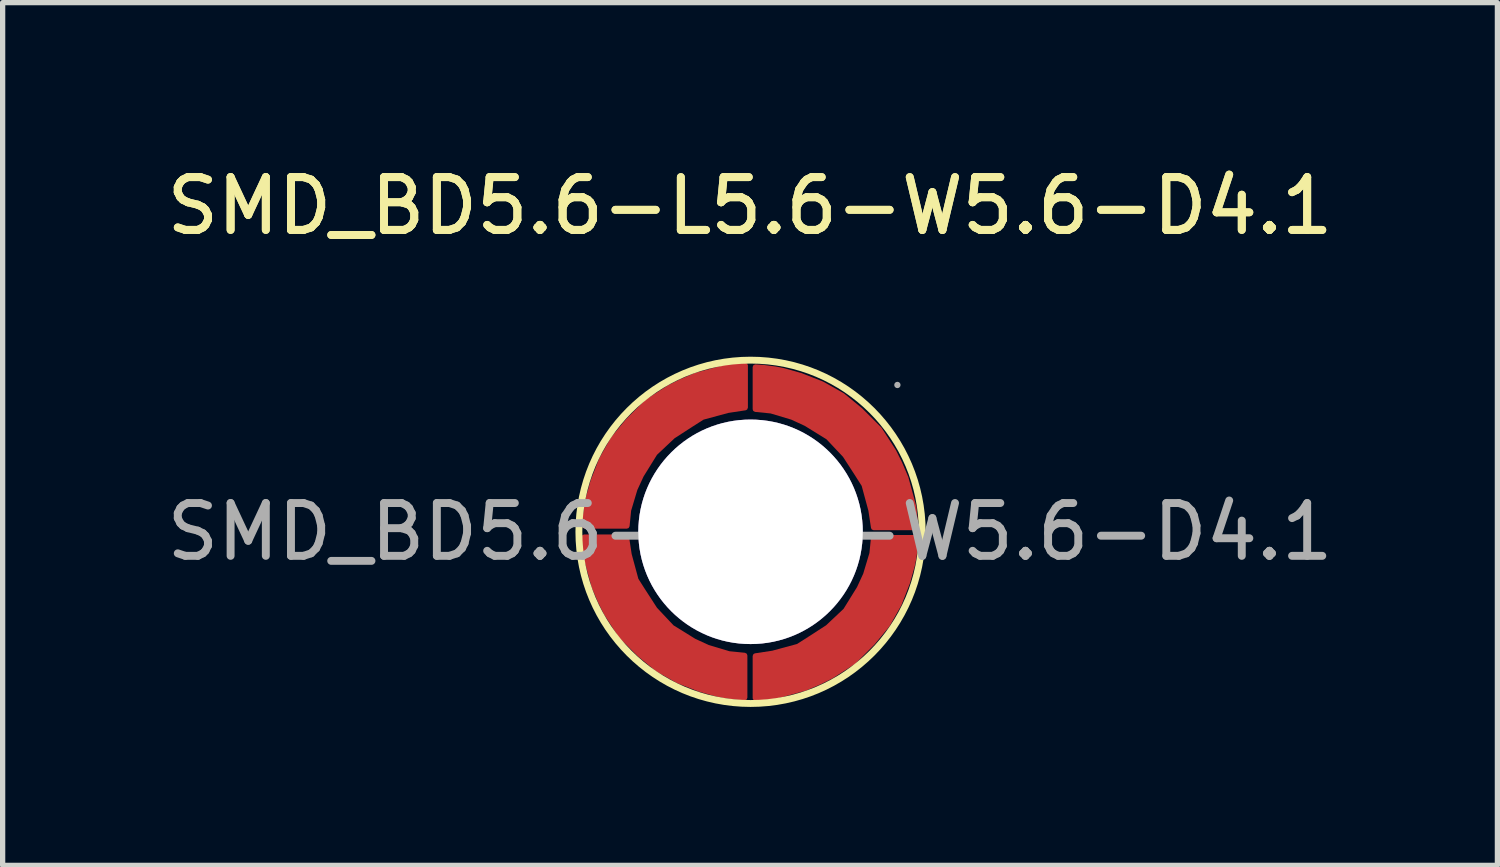
<source format=kicad_pcb>
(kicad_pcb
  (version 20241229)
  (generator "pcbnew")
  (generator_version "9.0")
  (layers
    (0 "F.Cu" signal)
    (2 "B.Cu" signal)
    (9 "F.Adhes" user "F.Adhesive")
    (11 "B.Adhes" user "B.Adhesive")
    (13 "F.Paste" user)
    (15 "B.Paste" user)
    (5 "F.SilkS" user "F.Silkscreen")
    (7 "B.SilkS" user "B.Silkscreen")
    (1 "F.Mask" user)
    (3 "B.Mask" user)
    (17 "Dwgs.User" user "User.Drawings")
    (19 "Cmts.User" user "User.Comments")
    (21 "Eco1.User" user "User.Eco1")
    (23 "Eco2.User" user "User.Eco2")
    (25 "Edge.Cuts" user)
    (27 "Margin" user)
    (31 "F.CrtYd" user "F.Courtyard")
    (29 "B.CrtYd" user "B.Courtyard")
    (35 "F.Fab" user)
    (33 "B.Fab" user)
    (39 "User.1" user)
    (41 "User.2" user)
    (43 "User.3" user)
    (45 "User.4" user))
  (footprint "SMD_BD5.6-L5.6-W5.6-D4.1"
    (layer "F.Cu")
    (at 11.149 7.018)
    (property "Reference" "SMD_BD5.6-L5.6-W5.6-D4.1" (at 0 -6.17 0) (layer "F.SilkS") (effects (font (size 1 1) (thickness 0.15))))
    (attr smd)
    (fp_circle (center 0.01 0) (end 3.26 0) (stroke (width 0.13) (type solid)) (fill no) (layer "F.SilkS"))
    (fp_circle (center 0.01 0) (end 1.01 0) (stroke (width 2) (type solid)) (fill no) (layer "Cmts.User"))
    (fp_circle (center 2.79 -2.78) (end 2.82 -2.78) (stroke (width 0.06) (type solid)) (fill no) (layer "F.Fab"))
    (fp_text user "${REFERENCE}" (at 0 -6.17 0) (layer "F.SilkS") (effects (font (size 1 1) (thickness 0.15))))
    (fp_text user "${REFERENCE}" (at 0 0 0) (layer "F.Fab") (effects (font (size 1 1) (thickness 0.15))))
    (pad "" thru_hole circle (at 0.01 0) (size 4.25 4.25) (drill 4.25) (layers "*.Cu" "*.Mask"))
    (pad "1" smd custom (at 1.62 -2.14) (size 0.01 0.01) (layers "F.Cu" "F.Mask" "F.Paste") (options (anchor circle)) (primitives (gr_poly (pts (xy -1.52 -0.98) (xy -1.37 -0.97) (xy -1.14 -0.94) (xy -0.99 -0.91) (xy -0.67 -0.82) (xy -0.26 -0.66) (xy 0.13 -0.44) (xy 0.47 -0.16) (xy 0.83 0.2) (xy 1.1 0.62) (xy 1.21 0.84) (xy 1.33 1.12) (xy 1.48 1.67) (xy 1.52 2.06) (xy 0.72 2.06) (xy 0.67 1.73) (xy 0.54 1.25) (xy 0.4 1.03) (xy 0.18 0.69) (xy -0.14 0.35) (xy -0.56 0.09) (xy -0.82 -0.03) (xy -1.22 -0.15) (xy -1.52 -0.18)) (width 0.1) (fill yes))))
    (pad "2" smd custom (at 1.62 2.17) (size 0.01 0.01) (layers "F.Cu" "F.Mask" "F.Paste") (options (anchor circle)) (primitives (gr_poly (pts (xy 1.52 -2.06) (xy 1.51 -1.91) (xy 1.48 -1.68) (xy 1.45 -1.53) (xy 1.36 -1.21) (xy 1.2 -0.8) (xy 0.98 -0.41) (xy 0.7 -0.07) (xy 0.34 0.29) (xy -0.08 0.56) (xy -0.3 0.67) (xy -0.58 0.79) (xy -1.13 0.94) (xy -1.52 0.98) (xy -1.52 0.18) (xy -1.19 0.13) (xy -0.71 0) (xy -0.49 -0.14) (xy -0.15 -0.36) (xy 0.19 -0.68) (xy 0.45 -1.1) (xy 0.57 -1.36) (xy 0.69 -1.76) (xy 0.72 -2.06)) (width 0.1) (fill yes))))
    (pad "3" smd custom (at -1.62 2.17) (size 0.01 0.01) (layers "F.Cu" "F.Mask" "F.Paste") (options (anchor circle)) (primitives (gr_poly (pts (xy 1.52 0.97) (xy 1.37 0.96) (xy 1.14 0.93) (xy 0.99 0.9) (xy 0.67 0.81) (xy 0.26 0.65) (xy -0.13 0.43) (xy -0.47 0.15) (xy -0.83 -0.21) (xy -1.1 -0.63) (xy -1.21 -0.85) (xy -1.33 -1.13) (xy -1.48 -1.68) (xy -1.52 -2.07) (xy -0.72 -2.07) (xy -0.67 -1.74) (xy -0.54 -1.26) (xy -0.4 -1.04) (xy -0.18 -0.7) (xy 0.14 -0.36) (xy 0.56 -0.1) (xy 0.82 0.02) (xy 1.22 0.14) (xy 1.52 0.17)) (width 0.1) (fill yes))))
    (pad "4" smd custom (at -1.61 -2.17) (size 0.01 0.01) (layers "F.Cu" "F.Mask" "F.Paste") (options (anchor circle)) (primitives (gr_poly (pts (xy -1.52 2.06) (xy -1.51 1.91) (xy -1.48 1.68) (xy -1.45 1.53) (xy -1.36 1.21) (xy -1.2 0.8) (xy -0.98 0.41) (xy -0.7 0.07) (xy -0.34 -0.29) (xy 0.08 -0.56) (xy 0.3 -0.67) (xy 0.58 -0.79) (xy 1.13 -0.94) (xy 1.52 -0.98) (xy 1.52 -0.18) (xy 1.19 -0.13) (xy 0.71 0) (xy 0.49 0.14) (xy 0.15 0.36) (xy -0.19 0.68) (xy -0.45 1.1) (xy -0.57 1.36) (xy -0.69 1.76) (xy -0.72 2.06)) (width 0.1) (fill yes)))))
  (gr_rect
    (start -3 -3)
    (end 25.298 13.333)
    (stroke (width 0.1) (type default))
    (fill no)
    (layer "Edge.Cuts")))
</source>
